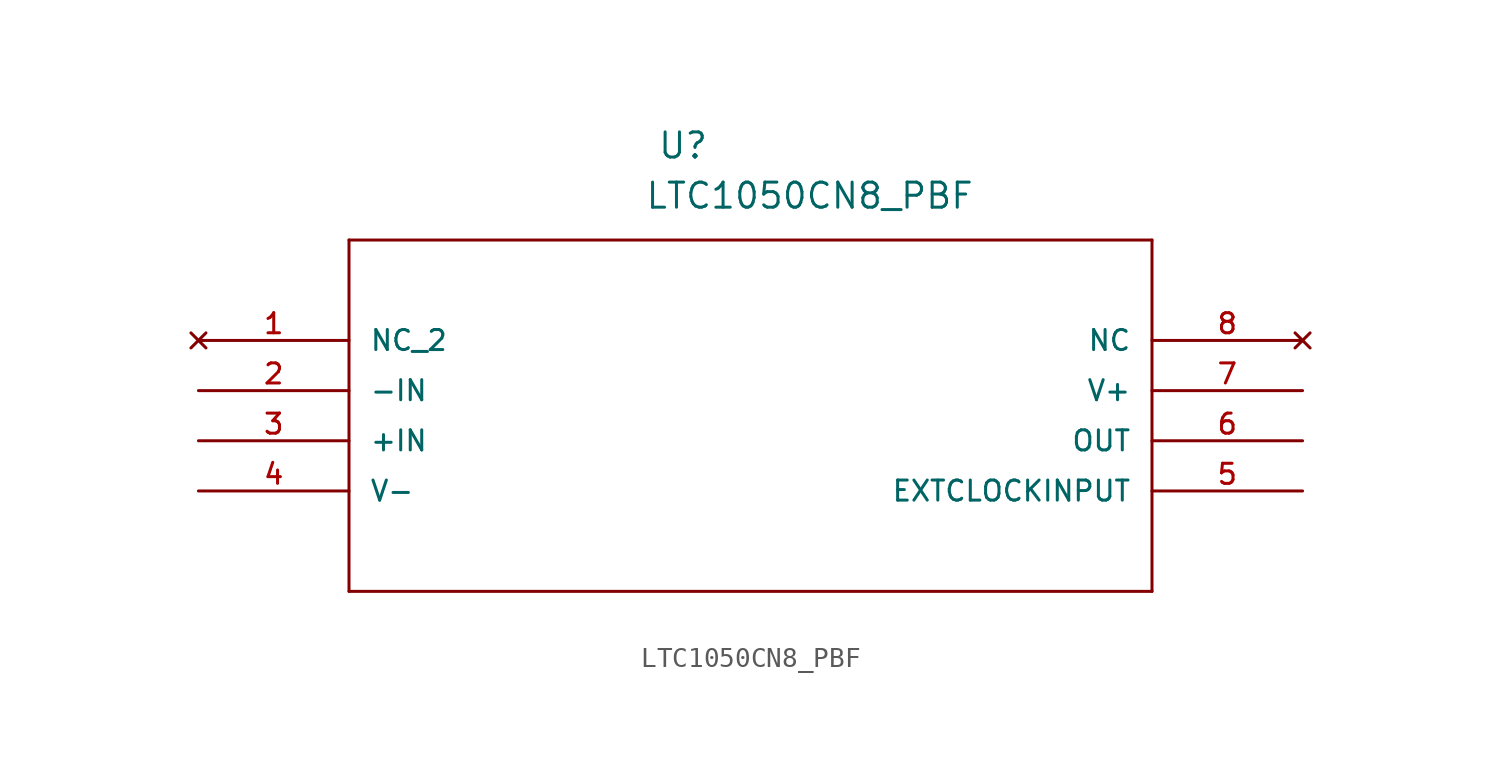
<source format=kicad_sym>
(kicad_symbol_lib
  (version 20211014)
  (generator kicad_symbol_editor)
  (symbol "LTC1050CN8_PBF"
    (pin_names
      (offset 1.016))
    (property "Reference" "U"
      (at 23.216 9.119 0.0)
      (effects (font (size 1.27 1.27)) (justify bottom left)))
    (property "Value" "LTC1050CN8_PBF"
      (at 22.581 6.579 0.0)
      (effects (font (size 1.27 1.27)) (justify bottom left)))
    (symbol "LTC1050CN8_PBF_0_0"
      (polyline (pts (xy 7.62 5.08) (xy 7.62 -12.7)) (stroke (width 0.152)))
      (polyline (pts (xy 7.62 -12.7) (xy 48.26 -12.7)) (stroke (width 0.152)))
      (polyline (pts (xy 48.26 -12.7) (xy 48.26 5.08)) (stroke (width 0.152)))
      (polyline (pts (xy 48.26 5.08) (xy 7.62 5.08)) (stroke (width 0.152)))
      (pin no_connect line (at 0.0 0.0 0) (length 7.62) (name "NC_2" (effects (font (size 1.016 1.016)))) (number "1" (effects (font (size 1.016 1.016)))))
      (pin input line (at 0.0 -2.54 0) (length 7.62) (name "-IN" (effects (font (size 1.016 1.016)))) (number "2" (effects (font (size 1.016 1.016)))))
      (pin input line (at 0.0 -5.08 0) (length 7.62) (name "+IN" (effects (font (size 1.016 1.016)))) (number "3" (effects (font (size 1.016 1.016)))))
      (pin power_in line (at 0.0 -7.62 0) (length 7.62) (name "V-" (effects (font (size 1.016 1.016)))) (number "4" (effects (font (size 1.016 1.016)))))
      (pin input line (at 55.88 -7.62 180.0) (length 7.62) (name "EXTCLOCKINPUT" (effects (font (size 1.016 1.016)))) (number "5" (effects (font (size 1.016 1.016)))))
      (pin output line (at 55.88 -5.08 180.0) (length 7.62) (name "OUT" (effects (font (size 1.016 1.016)))) (number "6" (effects (font (size 1.016 1.016)))))
      (pin power_in line (at 55.88 -2.54 180.0) (length 7.62) (name "V+" (effects (font (size 1.016 1.016)))) (number "7" (effects (font (size 1.016 1.016)))))
      (pin no_connect line (at 55.88 0.0 180.0) (length 7.62) (name "NC" (effects (font (size 1.016 1.016)))) (number "8" (effects (font (size 1.016 1.016))))))))
</source>
